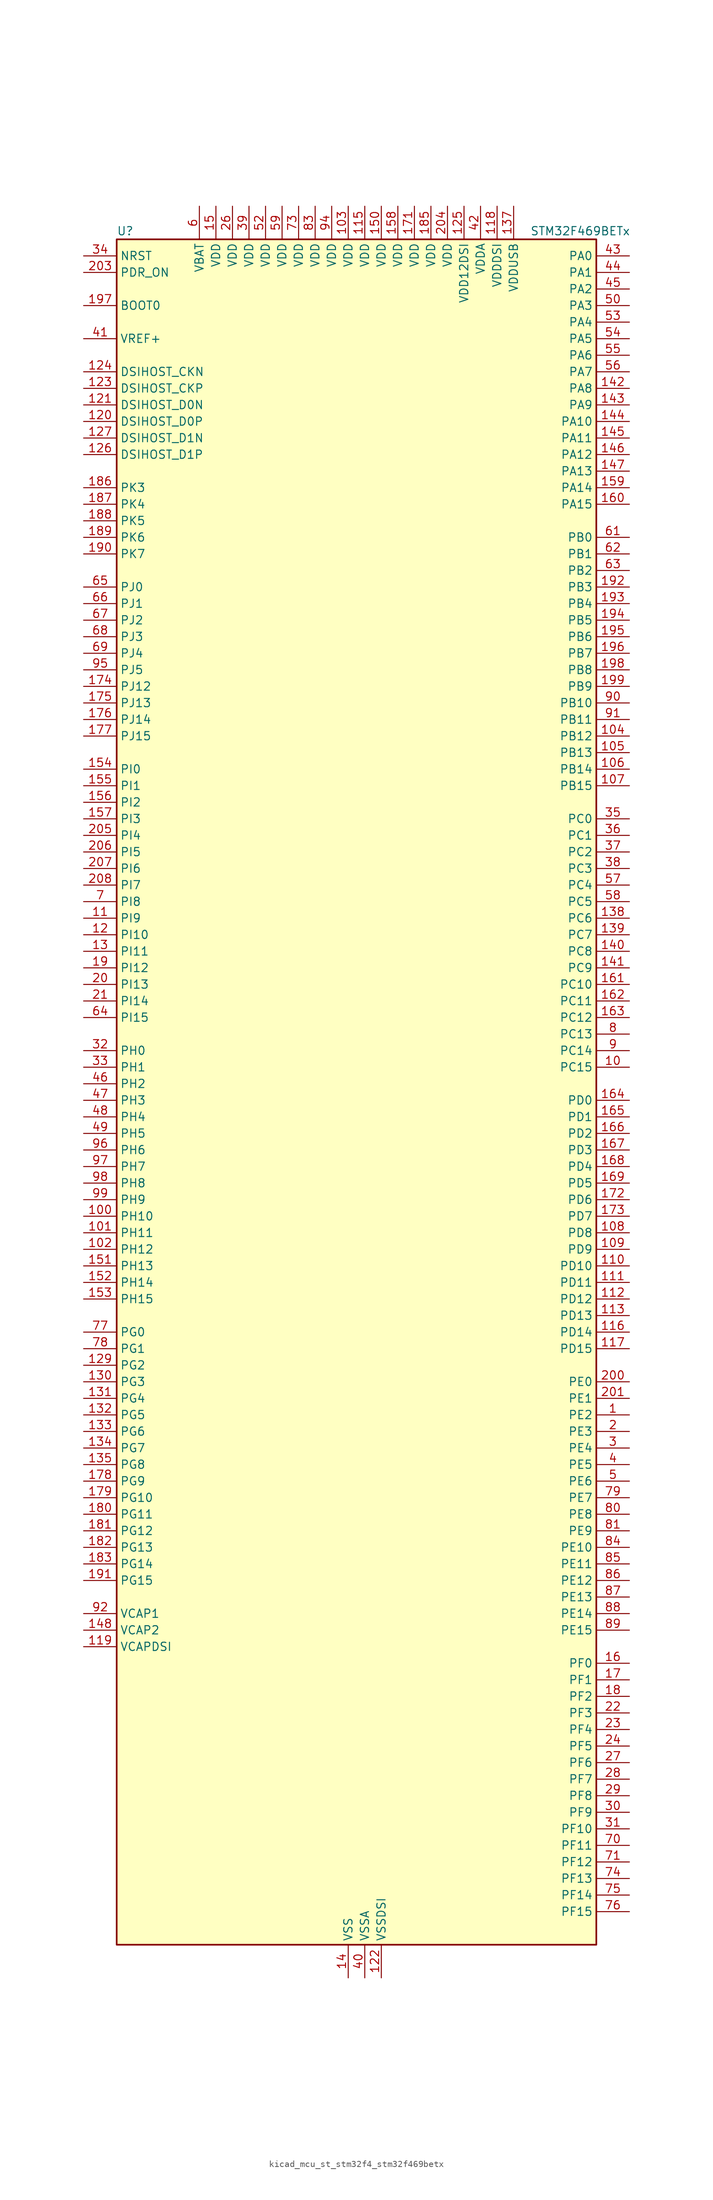
<source format=kicad_sym>
(kicad_symbol_lib
  (version 20220914)
  (generator kicad_symbol_editor)
  (symbol "kicad_mcu_st_stm32f4_stm32f469betx"
    (property "Reference" "U"
      (at -35.56 133.35 0)
      (effects (font (size 1.27 1.27)) (justify left)))
    (property "Value" "STM32F469BETx"
      (at 27.94 133.35 0)
      (effects (font (size 1.27 1.27)) (justify left)))
    (property "ki_locked" ""
      (at 0 0 0)
      (effects (font (size 1.27 1.27))))
    (symbol "kicad_mcu_st_stm32f4_stm32f469betx_0_1"
      (rectangle (start -35.56 -129.54) (end 38.1 132.08) (stroke (width 0.254) (type default)) (fill (type background))))
    (symbol "kicad_mcu_st_stm32f4_stm32f469betx_1_1"
      (pin bidirectional line (at 43.18 -48.26 180) (length 5.08) (name "PE2" (effects (font (size 1.27 1.27)))) (number "1" (effects (font (size 1.27 1.27)))) (alternate "ETH_TXD3" bidirectional line) (alternate "FMC_A23" bidirectional line) (alternate "QUADSPI_BK1_IO2" bidirectional line) (alternate "SAI1_MCLK_A" bidirectional line) (alternate "SPI4_SCK" bidirectional line) (alternate "SYS_TRACECLK" bidirectional line))
      (pin bidirectional line (at 43.18 5.08 180) (length 5.08) (name "PC15" (effects (font (size 1.27 1.27)))) (number "10" (effects (font (size 1.27 1.27)))) (alternate "ADC1_EXTI15" bidirectional line) (alternate "ADC2_EXTI15" bidirectional line) (alternate "ADC3_EXTI15" bidirectional line) (alternate "RCC_OSC32_OUT" bidirectional line))
      (pin bidirectional line (at -40.64 -17.78 0) (length 5.08) (name "PH10" (effects (font (size 1.27 1.27)))) (number "100" (effects (font (size 1.27 1.27)))) (alternate "DCMI_D1" bidirectional line) (alternate "FMC_D18" bidirectional line) (alternate "LTDC_R4" bidirectional line) (alternate "TIM5_CH1" bidirectional line))
      (pin bidirectional line (at -40.64 -20.32 0) (length 5.08) (name "PH11" (effects (font (size 1.27 1.27)))) (number "101" (effects (font (size 1.27 1.27)))) (alternate "ADC1_EXTI11" bidirectional line) (alternate "ADC2_EXTI11" bidirectional line) (alternate "ADC3_EXTI11" bidirectional line) (alternate "DCMI_D2" bidirectional line) (alternate "FMC_D19" bidirectional line) (alternate "LTDC_R5" bidirectional line) (alternate "TIM5_CH2" bidirectional line))
      (pin bidirectional line (at -40.64 -22.86 0) (length 5.08) (name "PH12" (effects (font (size 1.27 1.27)))) (number "102" (effects (font (size 1.27 1.27)))) (alternate "DCMI_D3" bidirectional line) (alternate "FMC_D20" bidirectional line) (alternate "LTDC_R6" bidirectional line) (alternate "TIM5_CH3" bidirectional line))
      (pin power_in line (at 0 137.16 270) (length 5.08) (name "VDD" (effects (font (size 1.27 1.27)))) (number "103" (effects (font (size 1.27 1.27)))))
      (pin bidirectional line (at 43.18 55.88 180) (length 5.08) (name "PB12" (effects (font (size 1.27 1.27)))) (number "104" (effects (font (size 1.27 1.27)))) (alternate "CAN2_RX" bidirectional line) (alternate "ETH_TXD0" bidirectional line) (alternate "I2C2_SMBA" bidirectional line) (alternate "I2S2_WS" bidirectional line) (alternate "SPI2_NSS" bidirectional line) (alternate "TIM1_BKIN" bidirectional line) (alternate "USART3_CK" bidirectional line) (alternate "USB_OTG_HS_ID" bidirectional line) (alternate "USB_OTG_HS_ULPI_D5" bidirectional line))
      (pin bidirectional line (at 43.18 53.34 180) (length 5.08) (name "PB13" (effects (font (size 1.27 1.27)))) (number "105" (effects (font (size 1.27 1.27)))) (alternate "CAN2_TX" bidirectional line) (alternate "ETH_TXD1" bidirectional line) (alternate "I2S2_CK" bidirectional line) (alternate "SPI2_SCK" bidirectional line) (alternate "TIM1_CH1N" bidirectional line) (alternate "USART3_CTS" bidirectional line) (alternate "USB_OTG_HS_ULPI_D6" bidirectional line) (alternate "USB_OTG_HS_VBUS" bidirectional line))
      (pin bidirectional line (at 43.18 50.8 180) (length 5.08) (name "PB14" (effects (font (size 1.27 1.27)))) (number "106" (effects (font (size 1.27 1.27)))) (alternate "I2S2_ext_SD" bidirectional line) (alternate "SPI2_MISO" bidirectional line) (alternate "TIM12_CH1" bidirectional line) (alternate "TIM1_CH2N" bidirectional line) (alternate "TIM8_CH2N" bidirectional line) (alternate "USART3_RTS" bidirectional line) (alternate "USB_OTG_HS_DM" bidirectional line))
      (pin bidirectional line (at 43.18 48.26 180) (length 5.08) (name "PB15" (effects (font (size 1.27 1.27)))) (number "107" (effects (font (size 1.27 1.27)))) (alternate "ADC1_EXTI15" bidirectional line) (alternate "ADC2_EXTI15" bidirectional line) (alternate "ADC3_EXTI15" bidirectional line) (alternate "I2S2_SD" bidirectional line) (alternate "RTC_REFIN" bidirectional line) (alternate "SPI2_MOSI" bidirectional line) (alternate "TIM12_CH2" bidirectional line) (alternate "TIM1_CH3N" bidirectional line) (alternate "TIM8_CH3N" bidirectional line) (alternate "USB_OTG_HS_DP" bidirectional line))
      (pin bidirectional line (at 43.18 -20.32 180) (length 5.08) (name "PD8" (effects (font (size 1.27 1.27)))) (number "108" (effects (font (size 1.27 1.27)))) (alternate "FMC_D13" bidirectional line) (alternate "FMC_DA13" bidirectional line) (alternate "USART3_TX" bidirectional line))
      (pin bidirectional line (at 43.18 -22.86 180) (length 5.08) (name "PD9" (effects (font (size 1.27 1.27)))) (number "109" (effects (font (size 1.27 1.27)))) (alternate "DAC_EXTI9" bidirectional line) (alternate "FMC_D14" bidirectional line) (alternate "FMC_DA14" bidirectional line) (alternate "USART3_RX" bidirectional line))
      (pin bidirectional line (at -40.64 27.94 0) (length 5.08) (name "PI9" (effects (font (size 1.27 1.27)))) (number "11" (effects (font (size 1.27 1.27)))) (alternate "CAN1_RX" bidirectional line) (alternate "DAC_EXTI9" bidirectional line) (alternate "FMC_D30" bidirectional line) (alternate "LTDC_VSYNC" bidirectional line))
      (pin bidirectional line (at 43.18 -25.4 180) (length 5.08) (name "PD10" (effects (font (size 1.27 1.27)))) (number "110" (effects (font (size 1.27 1.27)))) (alternate "FMC_D15" bidirectional line) (alternate "FMC_DA15" bidirectional line) (alternate "LTDC_B3" bidirectional line) (alternate "USART3_CK" bidirectional line))
      (pin bidirectional line (at 43.18 -27.94 180) (length 5.08) (name "PD11" (effects (font (size 1.27 1.27)))) (number "111" (effects (font (size 1.27 1.27)))) (alternate "ADC1_EXTI11" bidirectional line) (alternate "ADC2_EXTI11" bidirectional line) (alternate "ADC3_EXTI11" bidirectional line) (alternate "FMC_A16" bidirectional line) (alternate "FMC_CLE" bidirectional line) (alternate "QUADSPI_BK1_IO0" bidirectional line) (alternate "USART3_CTS" bidirectional line))
      (pin bidirectional line (at 43.18 -30.48 180) (length 5.08) (name "PD12" (effects (font (size 1.27 1.27)))) (number "112" (effects (font (size 1.27 1.27)))) (alternate "FMC_A17" bidirectional line) (alternate "FMC_ALE" bidirectional line) (alternate "QUADSPI_BK1_IO1" bidirectional line) (alternate "TIM4_CH1" bidirectional line) (alternate "USART3_RTS" bidirectional line))
      (pin bidirectional line (at 43.18 -33.02 180) (length 5.08) (name "PD13" (effects (font (size 1.27 1.27)))) (number "113" (effects (font (size 1.27 1.27)))) (alternate "FMC_A18" bidirectional line) (alternate "QUADSPI_BK1_IO3" bidirectional line) (alternate "TIM4_CH2" bidirectional line))
      (pin passive line (at 0 -134.62 90) (length 5.08) hide (name "VSS" (effects (font (size 1.27 1.27)))) (number "114" (effects (font (size 1.27 1.27)))))
      (pin power_in line (at 2.54 137.16 270) (length 5.08) (name "VDD" (effects (font (size 1.27 1.27)))) (number "115" (effects (font (size 1.27 1.27)))))
      (pin bidirectional line (at 43.18 -35.56 180) (length 5.08) (name "PD14" (effects (font (size 1.27 1.27)))) (number "116" (effects (font (size 1.27 1.27)))) (alternate "FMC_D0" bidirectional line) (alternate "FMC_DA0" bidirectional line) (alternate "TIM4_CH3" bidirectional line))
      (pin bidirectional line (at 43.18 -38.1 180) (length 5.08) (name "PD15" (effects (font (size 1.27 1.27)))) (number "117" (effects (font (size 1.27 1.27)))) (alternate "ADC1_EXTI15" bidirectional line) (alternate "ADC2_EXTI15" bidirectional line) (alternate "ADC3_EXTI15" bidirectional line) (alternate "FMC_D1" bidirectional line) (alternate "FMC_DA1" bidirectional line) (alternate "TIM4_CH4" bidirectional line))
      (pin power_in line (at 22.86 137.16 270) (length 5.08) (name "VDDDSI" (effects (font (size 1.27 1.27)))) (number "118" (effects (font (size 1.27 1.27)))))
      (pin power_out line (at -40.64 -83.82 0) (length 5.08) (name "VCAPDSI" (effects (font (size 1.27 1.27)))) (number "119" (effects (font (size 1.27 1.27)))))
      (pin bidirectional line (at -40.64 25.4 0) (length 5.08) (name "PI10" (effects (font (size 1.27 1.27)))) (number "12" (effects (font (size 1.27 1.27)))) (alternate "ETH_RX_ER" bidirectional line) (alternate "FMC_D31" bidirectional line) (alternate "LTDC_HSYNC" bidirectional line))
      (pin bidirectional line (at -40.64 104.14 0) (length 5.08) (name "DSIHOST_D0P" (effects (font (size 1.27 1.27)))) (number "120" (effects (font (size 1.27 1.27)))) (alternate "DSIHOST_D0P" bidirectional line))
      (pin bidirectional line (at -40.64 106.68 0) (length 5.08) (name "DSIHOST_D0N" (effects (font (size 1.27 1.27)))) (number "121" (effects (font (size 1.27 1.27)))) (alternate "DSIHOST_D0N" bidirectional line))
      (pin power_in line (at 5.08 -134.62 90) (length 5.08) (name "VSSDSI" (effects (font (size 1.27 1.27)))) (number "122" (effects (font (size 1.27 1.27)))))
      (pin bidirectional line (at -40.64 109.22 0) (length 5.08) (name "DSIHOST_CKP" (effects (font (size 1.27 1.27)))) (number "123" (effects (font (size 1.27 1.27)))) (alternate "DSIHOST_CKP" bidirectional line))
      (pin bidirectional line (at -40.64 111.76 0) (length 5.08) (name "DSIHOST_CKN" (effects (font (size 1.27 1.27)))) (number "124" (effects (font (size 1.27 1.27)))) (alternate "DSIHOST_CKN" bidirectional line))
      (pin power_in line (at 17.78 137.16 270) (length 5.08) (name "VDD12DSI" (effects (font (size 1.27 1.27)))) (number "125" (effects (font (size 1.27 1.27)))))
      (pin bidirectional line (at -40.64 99.06 0) (length 5.08) (name "DSIHOST_D1P" (effects (font (size 1.27 1.27)))) (number "126" (effects (font (size 1.27 1.27)))) (alternate "DSIHOST_D1P" bidirectional line))
      (pin bidirectional line (at -40.64 101.6 0) (length 5.08) (name "DSIHOST_D1N" (effects (font (size 1.27 1.27)))) (number "127" (effects (font (size 1.27 1.27)))) (alternate "DSIHOST_D1N" bidirectional line))
      (pin passive line (at 5.08 -134.62 90) (length 5.08) hide (name "VSSDSI" (effects (font (size 1.27 1.27)))) (number "128" (effects (font (size 1.27 1.27)))))
      (pin bidirectional line (at -40.64 -40.64 0) (length 5.08) (name "PG2" (effects (font (size 1.27 1.27)))) (number "129" (effects (font (size 1.27 1.27)))) (alternate "FMC_A12" bidirectional line))
      (pin bidirectional line (at -40.64 22.86 0) (length 5.08) (name "PI11" (effects (font (size 1.27 1.27)))) (number "13" (effects (font (size 1.27 1.27)))) (alternate "ADC1_EXTI11" bidirectional line) (alternate "ADC2_EXTI11" bidirectional line) (alternate "ADC3_EXTI11" bidirectional line) (alternate "LTDC_G6" bidirectional line) (alternate "USB_OTG_HS_ULPI_DIR" bidirectional line))
      (pin bidirectional line (at -40.64 -43.18 0) (length 5.08) (name "PG3" (effects (font (size 1.27 1.27)))) (number "130" (effects (font (size 1.27 1.27)))) (alternate "FMC_A13" bidirectional line))
      (pin bidirectional line (at -40.64 -45.72 0) (length 5.08) (name "PG4" (effects (font (size 1.27 1.27)))) (number "131" (effects (font (size 1.27 1.27)))) (alternate "FMC_A14" bidirectional line) (alternate "FMC_BA0" bidirectional line))
      (pin bidirectional line (at -40.64 -48.26 0) (length 5.08) (name "PG5" (effects (font (size 1.27 1.27)))) (number "132" (effects (font (size 1.27 1.27)))) (alternate "FMC_A15" bidirectional line) (alternate "FMC_BA1" bidirectional line))
      (pin bidirectional line (at -40.64 -50.8 0) (length 5.08) (name "PG6" (effects (font (size 1.27 1.27)))) (number "133" (effects (font (size 1.27 1.27)))) (alternate "DCMI_D12" bidirectional line) (alternate "LTDC_R7" bidirectional line))
      (pin bidirectional line (at -40.64 -53.34 0) (length 5.08) (name "PG7" (effects (font (size 1.27 1.27)))) (number "134" (effects (font (size 1.27 1.27)))) (alternate "DCMI_D13" bidirectional line) (alternate "FMC_INT" bidirectional line) (alternate "LTDC_CLK" bidirectional line) (alternate "SAI1_MCLK_A" bidirectional line) (alternate "USART6_CK" bidirectional line))
      (pin bidirectional line (at -40.64 -55.88 0) (length 5.08) (name "PG8" (effects (font (size 1.27 1.27)))) (number "135" (effects (font (size 1.27 1.27)))) (alternate "ETH_PPS_OUT" bidirectional line) (alternate "FMC_SDCLK" bidirectional line) (alternate "LTDC_G7" bidirectional line) (alternate "SPI6_NSS" bidirectional line) (alternate "USART6_RTS" bidirectional line))
      (pin passive line (at 0 -134.62 90) (length 5.08) hide (name "VSS" (effects (font (size 1.27 1.27)))) (number "136" (effects (font (size 1.27 1.27)))))
      (pin power_in line (at 25.4 137.16 270) (length 5.08) (name "VDDUSB" (effects (font (size 1.27 1.27)))) (number "137" (effects (font (size 1.27 1.27)))))
      (pin bidirectional line (at 43.18 27.94 180) (length 5.08) (name "PC6" (effects (font (size 1.27 1.27)))) (number "138" (effects (font (size 1.27 1.27)))) (alternate "DCMI_D0" bidirectional line) (alternate "I2S2_MCK" bidirectional line) (alternate "LTDC_HSYNC" bidirectional line) (alternate "SDIO_D6" bidirectional line) (alternate "TIM3_CH1" bidirectional line) (alternate "TIM8_CH1" bidirectional line) (alternate "USART6_TX" bidirectional line))
      (pin bidirectional line (at 43.18 25.4 180) (length 5.08) (name "PC7" (effects (font (size 1.27 1.27)))) (number "139" (effects (font (size 1.27 1.27)))) (alternate "DCMI_D1" bidirectional line) (alternate "I2S3_MCK" bidirectional line) (alternate "LTDC_G6" bidirectional line) (alternate "SDIO_D7" bidirectional line) (alternate "TIM3_CH2" bidirectional line) (alternate "TIM8_CH2" bidirectional line) (alternate "USART6_RX" bidirectional line))
      (pin power_in line (at 0 -134.62 90) (length 5.08) (name "VSS" (effects (font (size 1.27 1.27)))) (number "14" (effects (font (size 1.27 1.27)))))
      (pin bidirectional line (at 43.18 22.86 180) (length 5.08) (name "PC8" (effects (font (size 1.27 1.27)))) (number "140" (effects (font (size 1.27 1.27)))) (alternate "DCMI_D2" bidirectional line) (alternate "SDIO_D0" bidirectional line) (alternate "SYS_TRACED1" bidirectional line) (alternate "TIM3_CH3" bidirectional line) (alternate "TIM8_CH3" bidirectional line) (alternate "USART6_CK" bidirectional line))
      (pin bidirectional line (at 43.18 20.32 180) (length 5.08) (name "PC9" (effects (font (size 1.27 1.27)))) (number "141" (effects (font (size 1.27 1.27)))) (alternate "DAC_EXTI9" bidirectional line) (alternate "DCMI_D3" bidirectional line) (alternate "I2C3_SDA" bidirectional line) (alternate "I2S_CKIN" bidirectional line) (alternate "QUADSPI_BK1_IO0" bidirectional line) (alternate "RCC_MCO_2" bidirectional line) (alternate "SDIO_D1" bidirectional line) (alternate "TIM3_CH4" bidirectional line) (alternate "TIM8_CH4" bidirectional line))
      (pin bidirectional line (at 43.18 109.22 180) (length 5.08) (name "PA8" (effects (font (size 1.27 1.27)))) (number "142" (effects (font (size 1.27 1.27)))) (alternate "I2C3_SCL" bidirectional line) (alternate "LTDC_R6" bidirectional line) (alternate "RCC_MCO_1" bidirectional line) (alternate "TIM1_CH1" bidirectional line) (alternate "USART1_CK" bidirectional line) (alternate "USB_OTG_FS_SOF" bidirectional line))
      (pin bidirectional line (at 43.18 106.68 180) (length 5.08) (name "PA9" (effects (font (size 1.27 1.27)))) (number "143" (effects (font (size 1.27 1.27)))) (alternate "DAC_EXTI9" bidirectional line) (alternate "DCMI_D0" bidirectional line) (alternate "I2C3_SMBA" bidirectional line) (alternate "I2S2_CK" bidirectional line) (alternate "SPI2_SCK" bidirectional line) (alternate "TIM1_CH2" bidirectional line) (alternate "USART1_TX" bidirectional line) (alternate "USB_OTG_FS_VBUS" bidirectional line))
      (pin bidirectional line (at 43.18 104.14 180) (length 5.08) (name "PA10" (effects (font (size 1.27 1.27)))) (number "144" (effects (font (size 1.27 1.27)))) (alternate "DCMI_D1" bidirectional line) (alternate "TIM1_CH3" bidirectional line) (alternate "USART1_RX" bidirectional line) (alternate "USB_OTG_FS_ID" bidirectional line))
      (pin bidirectional line (at 43.18 101.6 180) (length 5.08) (name "PA11" (effects (font (size 1.27 1.27)))) (number "145" (effects (font (size 1.27 1.27)))) (alternate "ADC1_EXTI11" bidirectional line) (alternate "ADC2_EXTI11" bidirectional line) (alternate "ADC3_EXTI11" bidirectional line) (alternate "CAN1_RX" bidirectional line) (alternate "LTDC_R4" bidirectional line) (alternate "TIM1_CH4" bidirectional line) (alternate "USART1_CTS" bidirectional line) (alternate "USB_OTG_FS_DM" bidirectional line))
      (pin bidirectional line (at 43.18 99.06 180) (length 5.08) (name "PA12" (effects (font (size 1.27 1.27)))) (number "146" (effects (font (size 1.27 1.27)))) (alternate "CAN1_TX" bidirectional line) (alternate "LTDC_R5" bidirectional line) (alternate "TIM1_ETR" bidirectional line) (alternate "USART1_RTS" bidirectional line) (alternate "USB_OTG_FS_DP" bidirectional line))
      (pin bidirectional line (at 43.18 96.52 180) (length 5.08) (name "PA13" (effects (font (size 1.27 1.27)))) (number "147" (effects (font (size 1.27 1.27)))) (alternate "SYS_JTMS-SWDIO" bidirectional line))
      (pin power_out line (at -40.64 -81.28 0) (length 5.08) (name "VCAP2" (effects (font (size 1.27 1.27)))) (number "148" (effects (font (size 1.27 1.27)))))
      (pin passive line (at 0 -134.62 90) (length 5.08) hide (name "VSS" (effects (font (size 1.27 1.27)))) (number "149" (effects (font (size 1.27 1.27)))))
      (pin power_in line (at -20.32 137.16 270) (length 5.08) (name "VDD" (effects (font (size 1.27 1.27)))) (number "15" (effects (font (size 1.27 1.27)))))
      (pin power_in line (at 5.08 137.16 270) (length 5.08) (name "VDD" (effects (font (size 1.27 1.27)))) (number "150" (effects (font (size 1.27 1.27)))))
      (pin bidirectional line (at -40.64 -25.4 0) (length 5.08) (name "PH13" (effects (font (size 1.27 1.27)))) (number "151" (effects (font (size 1.27 1.27)))) (alternate "CAN1_TX" bidirectional line) (alternate "FMC_D21" bidirectional line) (alternate "LTDC_G2" bidirectional line) (alternate "TIM8_CH1N" bidirectional line))
      (pin bidirectional line (at -40.64 -27.94 0) (length 5.08) (name "PH14" (effects (font (size 1.27 1.27)))) (number "152" (effects (font (size 1.27 1.27)))) (alternate "DCMI_D4" bidirectional line) (alternate "FMC_D22" bidirectional line) (alternate "LTDC_G3" bidirectional line) (alternate "TIM8_CH2N" bidirectional line))
      (pin bidirectional line (at -40.64 -30.48 0) (length 5.08) (name "PH15" (effects (font (size 1.27 1.27)))) (number "153" (effects (font (size 1.27 1.27)))) (alternate "ADC1_EXTI15" bidirectional line) (alternate "ADC2_EXTI15" bidirectional line) (alternate "ADC3_EXTI15" bidirectional line) (alternate "DCMI_D11" bidirectional line) (alternate "FMC_D23" bidirectional line) (alternate "LTDC_G4" bidirectional line) (alternate "TIM8_CH3N" bidirectional line))
      (pin bidirectional line (at -40.64 50.8 0) (length 5.08) (name "PI0" (effects (font (size 1.27 1.27)))) (number "154" (effects (font (size 1.27 1.27)))) (alternate "DCMI_D13" bidirectional line) (alternate "FMC_D24" bidirectional line) (alternate "I2S2_WS" bidirectional line) (alternate "LTDC_G5" bidirectional line) (alternate "SPI2_NSS" bidirectional line) (alternate "TIM5_CH4" bidirectional line))
      (pin bidirectional line (at -40.64 48.26 0) (length 5.08) (name "PI1" (effects (font (size 1.27 1.27)))) (number "155" (effects (font (size 1.27 1.27)))) (alternate "DCMI_D8" bidirectional line) (alternate "FMC_D25" bidirectional line) (alternate "I2S2_CK" bidirectional line) (alternate "LTDC_G6" bidirectional line) (alternate "SPI2_SCK" bidirectional line))
      (pin bidirectional line (at -40.64 45.72 0) (length 5.08) (name "PI2" (effects (font (size 1.27 1.27)))) (number "156" (effects (font (size 1.27 1.27)))) (alternate "DCMI_D9" bidirectional line) (alternate "FMC_D26" bidirectional line) (alternate "I2S2_ext_SD" bidirectional line) (alternate "LTDC_G7" bidirectional line) (alternate "SPI2_MISO" bidirectional line) (alternate "TIM8_CH4" bidirectional line))
      (pin bidirectional line (at -40.64 43.18 0) (length 5.08) (name "PI3" (effects (font (size 1.27 1.27)))) (number "157" (effects (font (size 1.27 1.27)))) (alternate "DCMI_D10" bidirectional line) (alternate "FMC_D27" bidirectional line) (alternate "I2S2_SD" bidirectional line) (alternate "SPI2_MOSI" bidirectional line) (alternate "TIM8_ETR" bidirectional line))
      (pin power_in line (at 7.62 137.16 270) (length 5.08) (name "VDD" (effects (font (size 1.27 1.27)))) (number "158" (effects (font (size 1.27 1.27)))))
      (pin bidirectional line (at 43.18 93.98 180) (length 5.08) (name "PA14" (effects (font (size 1.27 1.27)))) (number "159" (effects (font (size 1.27 1.27)))) (alternate "SYS_JTCK-SWCLK" bidirectional line))
      (pin bidirectional line (at 43.18 -86.36 180) (length 5.08) (name "PF0" (effects (font (size 1.27 1.27)))) (number "16" (effects (font (size 1.27 1.27)))) (alternate "FMC_A0" bidirectional line) (alternate "I2C2_SDA" bidirectional line))
      (pin bidirectional line (at 43.18 91.44 180) (length 5.08) (name "PA15" (effects (font (size 1.27 1.27)))) (number "160" (effects (font (size 1.27 1.27)))) (alternate "ADC1_EXTI15" bidirectional line) (alternate "ADC2_EXTI15" bidirectional line) (alternate "ADC3_EXTI15" bidirectional line) (alternate "I2S3_WS" bidirectional line) (alternate "SPI1_NSS" bidirectional line) (alternate "SPI3_NSS" bidirectional line) (alternate "SYS_JTDI" bidirectional line) (alternate "TIM2_CH1" bidirectional line) (alternate "TIM2_ETR" bidirectional line))
      (pin bidirectional line (at 43.18 17.78 180) (length 5.08) (name "PC10" (effects (font (size 1.27 1.27)))) (number "161" (effects (font (size 1.27 1.27)))) (alternate "DCMI_D8" bidirectional line) (alternate "I2S3_CK" bidirectional line) (alternate "LTDC_R2" bidirectional line) (alternate "QUADSPI_BK1_IO1" bidirectional line) (alternate "SDIO_D2" bidirectional line) (alternate "SPI3_SCK" bidirectional line) (alternate "UART4_TX" bidirectional line) (alternate "USART3_TX" bidirectional line))
      (pin bidirectional line (at 43.18 15.24 180) (length 5.08) (name "PC11" (effects (font (size 1.27 1.27)))) (number "162" (effects (font (size 1.27 1.27)))) (alternate "ADC1_EXTI11" bidirectional line) (alternate "ADC2_EXTI11" bidirectional line) (alternate "ADC3_EXTI11" bidirectional line) (alternate "DCMI_D4" bidirectional line) (alternate "I2S3_ext_SD" bidirectional line) (alternate "QUADSPI_BK2_NCS" bidirectional line) (alternate "SDIO_D3" bidirectional line) (alternate "SPI3_MISO" bidirectional line) (alternate "UART4_RX" bidirectional line) (alternate "USART3_RX" bidirectional line))
      (pin bidirectional line (at 43.18 12.7 180) (length 5.08) (name "PC12" (effects (font (size 1.27 1.27)))) (number "163" (effects (font (size 1.27 1.27)))) (alternate "DCMI_D9" bidirectional line) (alternate "I2S3_SD" bidirectional line) (alternate "SDIO_CK" bidirectional line) (alternate "SPI3_MOSI" bidirectional line) (alternate "SYS_TRACED3" bidirectional line) (alternate "UART5_TX" bidirectional line) (alternate "USART3_CK" bidirectional line))
      (pin bidirectional line (at 43.18 0 180) (length 5.08) (name "PD0" (effects (font (size 1.27 1.27)))) (number "164" (effects (font (size 1.27 1.27)))) (alternate "CAN1_RX" bidirectional line) (alternate "FMC_D2" bidirectional line) (alternate "FMC_DA2" bidirectional line))
      (pin bidirectional line (at 43.18 -2.54 180) (length 5.08) (name "PD1" (effects (font (size 1.27 1.27)))) (number "165" (effects (font (size 1.27 1.27)))) (alternate "CAN1_TX" bidirectional line) (alternate "FMC_D3" bidirectional line) (alternate "FMC_DA3" bidirectional line))
      (pin bidirectional line (at 43.18 -5.08 180) (length 5.08) (name "PD2" (effects (font (size 1.27 1.27)))) (number "166" (effects (font (size 1.27 1.27)))) (alternate "DCMI_D11" bidirectional line) (alternate "SDIO_CMD" bidirectional line) (alternate "SYS_TRACED2" bidirectional line) (alternate "TIM3_ETR" bidirectional line) (alternate "UART5_RX" bidirectional line))
      (pin bidirectional line (at 43.18 -7.62 180) (length 5.08) (name "PD3" (effects (font (size 1.27 1.27)))) (number "167" (effects (font (size 1.27 1.27)))) (alternate "DCMI_D5" bidirectional line) (alternate "FMC_CLK" bidirectional line) (alternate "I2S2_CK" bidirectional line) (alternate "LTDC_G7" bidirectional line) (alternate "SPI2_SCK" bidirectional line) (alternate "USART2_CTS" bidirectional line))
      (pin bidirectional line (at 43.18 -10.16 180) (length 5.08) (name "PD4" (effects (font (size 1.27 1.27)))) (number "168" (effects (font (size 1.27 1.27)))) (alternate "FMC_NOE" bidirectional line) (alternate "USART2_RTS" bidirectional line))
      (pin bidirectional line (at 43.18 -12.7 180) (length 5.08) (name "PD5" (effects (font (size 1.27 1.27)))) (number "169" (effects (font (size 1.27 1.27)))) (alternate "FMC_NWE" bidirectional line) (alternate "USART2_TX" bidirectional line))
      (pin bidirectional line (at 43.18 -88.9 180) (length 5.08) (name "PF1" (effects (font (size 1.27 1.27)))) (number "17" (effects (font (size 1.27 1.27)))) (alternate "FMC_A1" bidirectional line) (alternate "I2C2_SCL" bidirectional line))
      (pin passive line (at 0 -134.62 90) (length 5.08) hide (name "VSS" (effects (font (size 1.27 1.27)))) (number "170" (effects (font (size 1.27 1.27)))))
      (pin power_in line (at 10.16 137.16 270) (length 5.08) (name "VDD" (effects (font (size 1.27 1.27)))) (number "171" (effects (font (size 1.27 1.27)))))
      (pin bidirectional line (at 43.18 -15.24 180) (length 5.08) (name "PD6" (effects (font (size 1.27 1.27)))) (number "172" (effects (font (size 1.27 1.27)))) (alternate "DCMI_D10" bidirectional line) (alternate "FMC_NWAIT" bidirectional line) (alternate "I2S3_SD" bidirectional line) (alternate "LTDC_B2" bidirectional line) (alternate "SAI1_SD_A" bidirectional line) (alternate "SPI3_MOSI" bidirectional line) (alternate "USART2_RX" bidirectional line))
      (pin bidirectional line (at 43.18 -17.78 180) (length 5.08) (name "PD7" (effects (font (size 1.27 1.27)))) (number "173" (effects (font (size 1.27 1.27)))) (alternate "FMC_NE1" bidirectional line) (alternate "USART2_CK" bidirectional line))
      (pin bidirectional line (at -40.64 63.5 0) (length 5.08) (name "PJ12" (effects (font (size 1.27 1.27)))) (number "174" (effects (font (size 1.27 1.27)))) (alternate "LTDC_B0" bidirectional line) (alternate "LTDC_G3" bidirectional line))
      (pin bidirectional line (at -40.64 60.96 0) (length 5.08) (name "PJ13" (effects (font (size 1.27 1.27)))) (number "175" (effects (font (size 1.27 1.27)))) (alternate "LTDC_B1" bidirectional line) (alternate "LTDC_G4" bidirectional line))
      (pin bidirectional line (at -40.64 58.42 0) (length 5.08) (name "PJ14" (effects (font (size 1.27 1.27)))) (number "176" (effects (font (size 1.27 1.27)))) (alternate "LTDC_B2" bidirectional line))
      (pin bidirectional line (at -40.64 55.88 0) (length 5.08) (name "PJ15" (effects (font (size 1.27 1.27)))) (number "177" (effects (font (size 1.27 1.27)))) (alternate "ADC1_EXTI15" bidirectional line) (alternate "ADC2_EXTI15" bidirectional line) (alternate "ADC3_EXTI15" bidirectional line) (alternate "LTDC_B3" bidirectional line))
      (pin bidirectional line (at -40.64 -58.42 0) (length 5.08) (name "PG9" (effects (font (size 1.27 1.27)))) (number "178" (effects (font (size 1.27 1.27)))) (alternate "DAC_EXTI9" bidirectional line) (alternate "DCMI_VSYNC" bidirectional line) (alternate "FMC_NCE" bidirectional line) (alternate "FMC_NE2" bidirectional line) (alternate "QUADSPI_BK2_IO2" bidirectional line) (alternate "USART6_RX" bidirectional line))
      (pin bidirectional line (at -40.64 -60.96 0) (length 5.08) (name "PG10" (effects (font (size 1.27 1.27)))) (number "179" (effects (font (size 1.27 1.27)))) (alternate "DCMI_D2" bidirectional line) (alternate "FMC_NE3" bidirectional line) (alternate "LTDC_B2" bidirectional line) (alternate "LTDC_G3" bidirectional line))
      (pin bidirectional line (at 43.18 -91.44 180) (length 5.08) (name "PF2" (effects (font (size 1.27 1.27)))) (number "18" (effects (font (size 1.27 1.27)))) (alternate "FMC_A2" bidirectional line) (alternate "I2C2_SMBA" bidirectional line))
      (pin bidirectional line (at -40.64 -63.5 0) (length 5.08) (name "PG11" (effects (font (size 1.27 1.27)))) (number "180" (effects (font (size 1.27 1.27)))) (alternate "ADC1_EXTI11" bidirectional line) (alternate "ADC2_EXTI11" bidirectional line) (alternate "ADC3_EXTI11" bidirectional line) (alternate "DCMI_D3" bidirectional line) (alternate "ETH_TX_EN" bidirectional line) (alternate "LTDC_B3" bidirectional line))
      (pin bidirectional line (at -40.64 -66.04 0) (length 5.08) (name "PG12" (effects (font (size 1.27 1.27)))) (number "181" (effects (font (size 1.27 1.27)))) (alternate "FMC_NE4" bidirectional line) (alternate "LTDC_B1" bidirectional line) (alternate "LTDC_B4" bidirectional line) (alternate "SPI6_MISO" bidirectional line) (alternate "USART6_RTS" bidirectional line))
      (pin bidirectional line (at -40.64 -68.58 0) (length 5.08) (name "PG13" (effects (font (size 1.27 1.27)))) (number "182" (effects (font (size 1.27 1.27)))) (alternate "ETH_TXD0" bidirectional line) (alternate "FMC_A24" bidirectional line) (alternate "LTDC_R0" bidirectional line) (alternate "SPI6_SCK" bidirectional line) (alternate "SYS_TRACED0" bidirectional line) (alternate "USART6_CTS" bidirectional line))
      (pin bidirectional line (at -40.64 -71.12 0) (length 5.08) (name "PG14" (effects (font (size 1.27 1.27)))) (number "183" (effects (font (size 1.27 1.27)))) (alternate "ETH_TXD1" bidirectional line) (alternate "FMC_A25" bidirectional line) (alternate "LTDC_B0" bidirectional line) (alternate "QUADSPI_BK2_IO3" bidirectional line) (alternate "SPI6_MOSI" bidirectional line) (alternate "SYS_TRACED1" bidirectional line) (alternate "USART6_TX" bidirectional line))
      (pin passive line (at 0 -134.62 90) (length 5.08) hide (name "VSS" (effects (font (size 1.27 1.27)))) (number "184" (effects (font (size 1.27 1.27)))))
      (pin power_in line (at 12.7 137.16 270) (length 5.08) (name "VDD" (effects (font (size 1.27 1.27)))) (number "185" (effects (font (size 1.27 1.27)))))
      (pin bidirectional line (at -40.64 93.98 0) (length 5.08) (name "PK3" (effects (font (size 1.27 1.27)))) (number "186" (effects (font (size 1.27 1.27)))) (alternate "LTDC_B4" bidirectional line))
      (pin bidirectional line (at -40.64 91.44 0) (length 5.08) (name "PK4" (effects (font (size 1.27 1.27)))) (number "187" (effects (font (size 1.27 1.27)))) (alternate "LTDC_B5" bidirectional line))
      (pin bidirectional line (at -40.64 88.9 0) (length 5.08) (name "PK5" (effects (font (size 1.27 1.27)))) (number "188" (effects (font (size 1.27 1.27)))) (alternate "LTDC_B6" bidirectional line))
      (pin bidirectional line (at -40.64 86.36 0) (length 5.08) (name "PK6" (effects (font (size 1.27 1.27)))) (number "189" (effects (font (size 1.27 1.27)))) (alternate "LTDC_B7" bidirectional line))
      (pin bidirectional line (at -40.64 20.32 0) (length 5.08) (name "PI12" (effects (font (size 1.27 1.27)))) (number "19" (effects (font (size 1.27 1.27)))) (alternate "LTDC_HSYNC" bidirectional line))
      (pin bidirectional line (at -40.64 83.82 0) (length 5.08) (name "PK7" (effects (font (size 1.27 1.27)))) (number "190" (effects (font (size 1.27 1.27)))) (alternate "LTDC_DE" bidirectional line))
      (pin bidirectional line (at -40.64 -73.66 0) (length 5.08) (name "PG15" (effects (font (size 1.27 1.27)))) (number "191" (effects (font (size 1.27 1.27)))) (alternate "ADC1_EXTI15" bidirectional line) (alternate "ADC2_EXTI15" bidirectional line) (alternate "ADC3_EXTI15" bidirectional line) (alternate "DCMI_D13" bidirectional line) (alternate "FMC_SDNCAS" bidirectional line) (alternate "USART6_CTS" bidirectional line))
      (pin bidirectional line (at 43.18 78.74 180) (length 5.08) (name "PB3" (effects (font (size 1.27 1.27)))) (number "192" (effects (font (size 1.27 1.27)))) (alternate "I2S3_CK" bidirectional line) (alternate "SPI1_SCK" bidirectional line) (alternate "SPI3_SCK" bidirectional line) (alternate "SYS_JTDO-SWO" bidirectional line) (alternate "TIM2_CH2" bidirectional line))
      (pin bidirectional line (at 43.18 76.2 180) (length 5.08) (name "PB4" (effects (font (size 1.27 1.27)))) (number "193" (effects (font (size 1.27 1.27)))) (alternate "I2S3_ext_SD" bidirectional line) (alternate "SPI1_MISO" bidirectional line) (alternate "SPI3_MISO" bidirectional line) (alternate "SYS_JTRST" bidirectional line) (alternate "TIM3_CH1" bidirectional line))
      (pin bidirectional line (at 43.18 73.66 180) (length 5.08) (name "PB5" (effects (font (size 1.27 1.27)))) (number "194" (effects (font (size 1.27 1.27)))) (alternate "CAN2_RX" bidirectional line) (alternate "DCMI_D10" bidirectional line) (alternate "ETH_PPS_OUT" bidirectional line) (alternate "FMC_SDCKE1" bidirectional line) (alternate "I2C1_SMBA" bidirectional line) (alternate "I2S3_SD" bidirectional line) (alternate "LTDC_G7" bidirectional line) (alternate "SPI1_MOSI" bidirectional line) (alternate "SPI3_MOSI" bidirectional line) (alternate "TIM3_CH2" bidirectional line) (alternate "USB_OTG_HS_ULPI_D7" bidirectional line))
      (pin bidirectional line (at 43.18 71.12 180) (length 5.08) (name "PB6" (effects (font (size 1.27 1.27)))) (number "195" (effects (font (size 1.27 1.27)))) (alternate "CAN2_TX" bidirectional line) (alternate "DCMI_D5" bidirectional line) (alternate "FMC_SDNE1" bidirectional line) (alternate "I2C1_SCL" bidirectional line) (alternate "QUADSPI_BK1_NCS" bidirectional line) (alternate "TIM4_CH1" bidirectional line) (alternate "USART1_TX" bidirectional line))
      (pin bidirectional line (at 43.18 68.58 180) (length 5.08) (name "PB7" (effects (font (size 1.27 1.27)))) (number "196" (effects (font (size 1.27 1.27)))) (alternate "DCMI_VSYNC" bidirectional line) (alternate "FMC_NL" bidirectional line) (alternate "I2C1_SDA" bidirectional line) (alternate "TIM4_CH2" bidirectional line) (alternate "USART1_RX" bidirectional line))
      (pin input line (at -40.64 121.92 0) (length 5.08) (name "BOOT0" (effects (font (size 1.27 1.27)))) (number "197" (effects (font (size 1.27 1.27)))))
      (pin bidirectional line (at 43.18 66.04 180) (length 5.08) (name "PB8" (effects (font (size 1.27 1.27)))) (number "198" (effects (font (size 1.27 1.27)))) (alternate "CAN1_RX" bidirectional line) (alternate "DCMI_D6" bidirectional line) (alternate "ETH_TXD3" bidirectional line) (alternate "I2C1_SCL" bidirectional line) (alternate "LTDC_B6" bidirectional line) (alternate "SDIO_D4" bidirectional line) (alternate "TIM10_CH1" bidirectional line) (alternate "TIM4_CH3" bidirectional line))
      (pin bidirectional line (at 43.18 63.5 180) (length 5.08) (name "PB9" (effects (font (size 1.27 1.27)))) (number "199" (effects (font (size 1.27 1.27)))) (alternate "CAN1_TX" bidirectional line) (alternate "DAC_EXTI9" bidirectional line) (alternate "DCMI_D7" bidirectional line) (alternate "I2C1_SDA" bidirectional line) (alternate "I2S2_WS" bidirectional line) (alternate "LTDC_B7" bidirectional line) (alternate "SDIO_D5" bidirectional line) (alternate "SPI2_NSS" bidirectional line) (alternate "TIM11_CH1" bidirectional line) (alternate "TIM4_CH4" bidirectional line))
      (pin bidirectional line (at 43.18 -50.8 180) (length 5.08) (name "PE3" (effects (font (size 1.27 1.27)))) (number "2" (effects (font (size 1.27 1.27)))) (alternate "FMC_A19" bidirectional line) (alternate "SAI1_SD_B" bidirectional line) (alternate "SYS_TRACED0" bidirectional line))
      (pin bidirectional line (at -40.64 17.78 0) (length 5.08) (name "PI13" (effects (font (size 1.27 1.27)))) (number "20" (effects (font (size 1.27 1.27)))) (alternate "LTDC_VSYNC" bidirectional line))
      (pin bidirectional line (at 43.18 -43.18 180) (length 5.08) (name "PE0" (effects (font (size 1.27 1.27)))) (number "200" (effects (font (size 1.27 1.27)))) (alternate "DCMI_D2" bidirectional line) (alternate "FMC_NBL0" bidirectional line) (alternate "TIM4_ETR" bidirectional line) (alternate "UART8_RX" bidirectional line))
      (pin bidirectional line (at 43.18 -45.72 180) (length 5.08) (name "PE1" (effects (font (size 1.27 1.27)))) (number "201" (effects (font (size 1.27 1.27)))) (alternate "DCMI_D3" bidirectional line) (alternate "FMC_NBL1" bidirectional line) (alternate "UART8_TX" bidirectional line))
      (pin passive line (at 0 -134.62 90) (length 5.08) hide (name "VSS" (effects (font (size 1.27 1.27)))) (number "202" (effects (font (size 1.27 1.27)))))
      (pin input line (at -40.64 127 0) (length 5.08) (name "PDR_ON" (effects (font (size 1.27 1.27)))) (number "203" (effects (font (size 1.27 1.27)))))
      (pin power_in line (at 15.24 137.16 270) (length 5.08) (name "VDD" (effects (font (size 1.27 1.27)))) (number "204" (effects (font (size 1.27 1.27)))))
      (pin bidirectional line (at -40.64 40.64 0) (length 5.08) (name "PI4" (effects (font (size 1.27 1.27)))) (number "205" (effects (font (size 1.27 1.27)))) (alternate "DCMI_D5" bidirectional line) (alternate "FMC_NBL2" bidirectional line) (alternate "LTDC_B4" bidirectional line) (alternate "TIM8_BKIN" bidirectional line))
      (pin bidirectional line (at -40.64 38.1 0) (length 5.08) (name "PI5" (effects (font (size 1.27 1.27)))) (number "206" (effects (font (size 1.27 1.27)))) (alternate "DCMI_VSYNC" bidirectional line) (alternate "FMC_NBL3" bidirectional line) (alternate "LTDC_B5" bidirectional line) (alternate "TIM8_CH1" bidirectional line))
      (pin bidirectional line (at -40.64 35.56 0) (length 5.08) (name "PI6" (effects (font (size 1.27 1.27)))) (number "207" (effects (font (size 1.27 1.27)))) (alternate "DCMI_D6" bidirectional line) (alternate "FMC_D28" bidirectional line) (alternate "LTDC_B6" bidirectional line) (alternate "TIM8_CH2" bidirectional line))
      (pin bidirectional line (at -40.64 33.02 0) (length 5.08) (name "PI7" (effects (font (size 1.27 1.27)))) (number "208" (effects (font (size 1.27 1.27)))) (alternate "DCMI_D7" bidirectional line) (alternate "FMC_D29" bidirectional line) (alternate "LTDC_B7" bidirectional line) (alternate "TIM8_CH3" bidirectional line))
      (pin bidirectional line (at -40.64 15.24 0) (length 5.08) (name "PI14" (effects (font (size 1.27 1.27)))) (number "21" (effects (font (size 1.27 1.27)))) (alternate "LTDC_CLK" bidirectional line))
      (pin bidirectional line (at 43.18 -93.98 180) (length 5.08) (name "PF3" (effects (font (size 1.27 1.27)))) (number "22" (effects (font (size 1.27 1.27)))) (alternate "ADC3_IN9" bidirectional line) (alternate "FMC_A3" bidirectional line))
      (pin bidirectional line (at 43.18 -96.52 180) (length 5.08) (name "PF4" (effects (font (size 1.27 1.27)))) (number "23" (effects (font (size 1.27 1.27)))) (alternate "ADC3_IN14" bidirectional line) (alternate "FMC_A4" bidirectional line))
      (pin bidirectional line (at 43.18 -99.06 180) (length 5.08) (name "PF5" (effects (font (size 1.27 1.27)))) (number "24" (effects (font (size 1.27 1.27)))) (alternate "ADC3_IN15" bidirectional line) (alternate "FMC_A5" bidirectional line))
      (pin passive line (at 0 -134.62 90) (length 5.08) hide (name "VSS" (effects (font (size 1.27 1.27)))) (number "25" (effects (font (size 1.27 1.27)))))
      (pin power_in line (at -17.78 137.16 270) (length 5.08) (name "VDD" (effects (font (size 1.27 1.27)))) (number "26" (effects (font (size 1.27 1.27)))))
      (pin bidirectional line (at 43.18 -101.6 180) (length 5.08) (name "PF6" (effects (font (size 1.27 1.27)))) (number "27" (effects (font (size 1.27 1.27)))) (alternate "ADC3_IN4" bidirectional line) (alternate "QUADSPI_BK1_IO3" bidirectional line) (alternate "SAI1_SD_B" bidirectional line) (alternate "SPI5_NSS" bidirectional line) (alternate "TIM10_CH1" bidirectional line) (alternate "UART7_RX" bidirectional line))
      (pin bidirectional line (at 43.18 -104.14 180) (length 5.08) (name "PF7" (effects (font (size 1.27 1.27)))) (number "28" (effects (font (size 1.27 1.27)))) (alternate "ADC3_IN5" bidirectional line) (alternate "QUADSPI_BK1_IO2" bidirectional line) (alternate "SAI1_MCLK_B" bidirectional line) (alternate "SPI5_SCK" bidirectional line) (alternate "TIM11_CH1" bidirectional line) (alternate "UART7_TX" bidirectional line))
      (pin bidirectional line (at 43.18 -106.68 180) (length 5.08) (name "PF8" (effects (font (size 1.27 1.27)))) (number "29" (effects (font (size 1.27 1.27)))) (alternate "ADC3_IN6" bidirectional line) (alternate "QUADSPI_BK1_IO0" bidirectional line) (alternate "SAI1_SCK_B" bidirectional line) (alternate "SPI5_MISO" bidirectional line) (alternate "TIM13_CH1" bidirectional line))
      (pin bidirectional line (at 43.18 -53.34 180) (length 5.08) (name "PE4" (effects (font (size 1.27 1.27)))) (number "3" (effects (font (size 1.27 1.27)))) (alternate "DCMI_D4" bidirectional line) (alternate "FMC_A20" bidirectional line) (alternate "LTDC_B0" bidirectional line) (alternate "SAI1_FS_A" bidirectional line) (alternate "SPI4_NSS" bidirectional line) (alternate "SYS_TRACED1" bidirectional line))
      (pin bidirectional line (at 43.18 -109.22 180) (length 5.08) (name "PF9" (effects (font (size 1.27 1.27)))) (number "30" (effects (font (size 1.27 1.27)))) (alternate "ADC3_IN7" bidirectional line) (alternate "DAC_EXTI9" bidirectional line) (alternate "QUADSPI_BK1_IO1" bidirectional line) (alternate "SAI1_FS_B" bidirectional line) (alternate "SPI5_MOSI" bidirectional line) (alternate "TIM14_CH1" bidirectional line))
      (pin bidirectional line (at 43.18 -111.76 180) (length 5.08) (name "PF10" (effects (font (size 1.27 1.27)))) (number "31" (effects (font (size 1.27 1.27)))) (alternate "ADC3_IN8" bidirectional line) (alternate "DCMI_D11" bidirectional line) (alternate "LTDC_DE" bidirectional line) (alternate "QUADSPI_CLK" bidirectional line))
      (pin bidirectional line (at -40.64 7.62 0) (length 5.08) (name "PH0" (effects (font (size 1.27 1.27)))) (number "32" (effects (font (size 1.27 1.27)))) (alternate "RCC_OSC_IN" bidirectional line))
      (pin bidirectional line (at -40.64 5.08 0) (length 5.08) (name "PH1" (effects (font (size 1.27 1.27)))) (number "33" (effects (font (size 1.27 1.27)))) (alternate "RCC_OSC_OUT" bidirectional line))
      (pin input line (at -40.64 129.54 0) (length 5.08) (name "NRST" (effects (font (size 1.27 1.27)))) (number "34" (effects (font (size 1.27 1.27)))))
      (pin bidirectional line (at 43.18 43.18 180) (length 5.08) (name "PC0" (effects (font (size 1.27 1.27)))) (number "35" (effects (font (size 1.27 1.27)))) (alternate "ADC1_IN10" bidirectional line) (alternate "ADC2_IN10" bidirectional line) (alternate "ADC3_IN10" bidirectional line) (alternate "FMC_SDNWE" bidirectional line) (alternate "LTDC_R5" bidirectional line) (alternate "USB_OTG_HS_ULPI_STP" bidirectional line))
      (pin bidirectional line (at 43.18 40.64 180) (length 5.08) (name "PC1" (effects (font (size 1.27 1.27)))) (number "36" (effects (font (size 1.27 1.27)))) (alternate "ADC1_IN11" bidirectional line) (alternate "ADC2_IN11" bidirectional line) (alternate "ADC3_IN11" bidirectional line) (alternate "ETH_MDC" bidirectional line) (alternate "I2S2_SD" bidirectional line) (alternate "SAI1_SD_A" bidirectional line) (alternate "SPI2_MOSI" bidirectional line) (alternate "SYS_TRACED0" bidirectional line))
      (pin bidirectional line (at 43.18 38.1 180) (length 5.08) (name "PC2" (effects (font (size 1.27 1.27)))) (number "37" (effects (font (size 1.27 1.27)))) (alternate "ADC1_IN12" bidirectional line) (alternate "ADC2_IN12" bidirectional line) (alternate "ADC3_IN12" bidirectional line) (alternate "ETH_TXD2" bidirectional line) (alternate "FMC_SDNE0" bidirectional line) (alternate "I2S2_ext_SD" bidirectional line) (alternate "SPI2_MISO" bidirectional line) (alternate "USB_OTG_HS_ULPI_DIR" bidirectional line))
      (pin bidirectional line (at 43.18 35.56 180) (length 5.08) (name "PC3" (effects (font (size 1.27 1.27)))) (number "38" (effects (font (size 1.27 1.27)))) (alternate "ADC1_IN13" bidirectional line) (alternate "ADC2_IN13" bidirectional line) (alternate "ADC3_IN13" bidirectional line) (alternate "ETH_TX_CLK" bidirectional line) (alternate "FMC_SDCKE0" bidirectional line) (alternate "I2S2_SD" bidirectional line) (alternate "SPI2_MOSI" bidirectional line) (alternate "USB_OTG_HS_ULPI_NXT" bidirectional line))
      (pin power_in line (at -15.24 137.16 270) (length 5.08) (name "VDD" (effects (font (size 1.27 1.27)))) (number "39" (effects (font (size 1.27 1.27)))))
      (pin bidirectional line (at 43.18 -55.88 180) (length 5.08) (name "PE5" (effects (font (size 1.27 1.27)))) (number "4" (effects (font (size 1.27 1.27)))) (alternate "DCMI_D6" bidirectional line) (alternate "FMC_A21" bidirectional line) (alternate "LTDC_G0" bidirectional line) (alternate "SAI1_SCK_A" bidirectional line) (alternate "SPI4_MISO" bidirectional line) (alternate "SYS_TRACED2" bidirectional line) (alternate "TIM9_CH1" bidirectional line))
      (pin power_in line (at 2.54 -134.62 90) (length 5.08) (name "VSSA" (effects (font (size 1.27 1.27)))) (number "40" (effects (font (size 1.27 1.27)))))
      (pin input line (at -40.64 116.84 0) (length 5.08) (name "VREF+" (effects (font (size 1.27 1.27)))) (number "41" (effects (font (size 1.27 1.27)))))
      (pin power_in line (at 20.32 137.16 270) (length 5.08) (name "VDDA" (effects (font (size 1.27 1.27)))) (number "42" (effects (font (size 1.27 1.27)))))
      (pin bidirectional line (at 43.18 129.54 180) (length 5.08) (name "PA0" (effects (font (size 1.27 1.27)))) (number "43" (effects (font (size 1.27 1.27)))) (alternate "ADC1_IN0" bidirectional line) (alternate "ADC2_IN0" bidirectional line) (alternate "ADC3_IN0" bidirectional line) (alternate "ETH_CRS" bidirectional line) (alternate "SYS_WKUP" bidirectional line) (alternate "TIM2_CH1" bidirectional line) (alternate "TIM2_ETR" bidirectional line) (alternate "TIM5_CH1" bidirectional line) (alternate "TIM8_ETR" bidirectional line) (alternate "UART4_TX" bidirectional line) (alternate "USART2_CTS" bidirectional line))
      (pin bidirectional line (at 43.18 127 180) (length 5.08) (name "PA1" (effects (font (size 1.27 1.27)))) (number "44" (effects (font (size 1.27 1.27)))) (alternate "ADC1_IN1" bidirectional line) (alternate "ADC2_IN1" bidirectional line) (alternate "ADC3_IN1" bidirectional line) (alternate "ETH_REF_CLK" bidirectional line) (alternate "ETH_RX_CLK" bidirectional line) (alternate "LTDC_R2" bidirectional line) (alternate "QUADSPI_BK1_IO3" bidirectional line) (alternate "TIM2_CH2" bidirectional line) (alternate "TIM5_CH2" bidirectional line) (alternate "UART4_RX" bidirectional line) (alternate "USART2_RTS" bidirectional line))
      (pin bidirectional line (at 43.18 124.46 180) (length 5.08) (name "PA2" (effects (font (size 1.27 1.27)))) (number "45" (effects (font (size 1.27 1.27)))) (alternate "ADC1_IN2" bidirectional line) (alternate "ADC2_IN2" bidirectional line) (alternate "ADC3_IN2" bidirectional line) (alternate "ETH_MDIO" bidirectional line) (alternate "LTDC_R1" bidirectional line) (alternate "TIM2_CH3" bidirectional line) (alternate "TIM5_CH3" bidirectional line) (alternate "TIM9_CH1" bidirectional line) (alternate "USART2_TX" bidirectional line))
      (pin bidirectional line (at -40.64 2.54 0) (length 5.08) (name "PH2" (effects (font (size 1.27 1.27)))) (number "46" (effects (font (size 1.27 1.27)))) (alternate "ETH_CRS" bidirectional line) (alternate "FMC_SDCKE0" bidirectional line) (alternate "LTDC_R0" bidirectional line) (alternate "QUADSPI_BK2_IO0" bidirectional line))
      (pin bidirectional line (at -40.64 0 0) (length 5.08) (name "PH3" (effects (font (size 1.27 1.27)))) (number "47" (effects (font (size 1.27 1.27)))) (alternate "ETH_COL" bidirectional line) (alternate "FMC_SDNE0" bidirectional line) (alternate "LTDC_R1" bidirectional line) (alternate "QUADSPI_BK2_IO1" bidirectional line))
      (pin bidirectional line (at -40.64 -2.54 0) (length 5.08) (name "PH4" (effects (font (size 1.27 1.27)))) (number "48" (effects (font (size 1.27 1.27)))) (alternate "I2C2_SCL" bidirectional line) (alternate "LTDC_G4" bidirectional line) (alternate "LTDC_G5" bidirectional line) (alternate "USB_OTG_HS_ULPI_NXT" bidirectional line))
      (pin bidirectional line (at -40.64 -5.08 0) (length 5.08) (name "PH5" (effects (font (size 1.27 1.27)))) (number "49" (effects (font (size 1.27 1.27)))) (alternate "FMC_SDNWE" bidirectional line) (alternate "I2C2_SDA" bidirectional line) (alternate "SPI5_NSS" bidirectional line))
      (pin bidirectional line (at 43.18 -58.42 180) (length 5.08) (name "PE6" (effects (font (size 1.27 1.27)))) (number "5" (effects (font (size 1.27 1.27)))) (alternate "DCMI_D7" bidirectional line) (alternate "FMC_A22" bidirectional line) (alternate "LTDC_G1" bidirectional line) (alternate "SAI1_SD_A" bidirectional line) (alternate "SPI4_MOSI" bidirectional line) (alternate "SYS_TRACED3" bidirectional line) (alternate "TIM9_CH2" bidirectional line))
      (pin bidirectional line (at 43.18 121.92 180) (length 5.08) (name "PA3" (effects (font (size 1.27 1.27)))) (number "50" (effects (font (size 1.27 1.27)))) (alternate "ADC1_IN3" bidirectional line) (alternate "ADC2_IN3" bidirectional line) (alternate "ADC3_IN3" bidirectional line) (alternate "ETH_COL" bidirectional line) (alternate "LTDC_B2" bidirectional line) (alternate "LTDC_B5" bidirectional line) (alternate "TIM2_CH4" bidirectional line) (alternate "TIM5_CH4" bidirectional line) (alternate "TIM9_CH2" bidirectional line) (alternate "USART2_RX" bidirectional line) (alternate "USB_OTG_HS_ULPI_D0" bidirectional line))
      (pin passive line (at 0 -134.62 90) (length 5.08) hide (name "VSS" (effects (font (size 1.27 1.27)))) (number "51" (effects (font (size 1.27 1.27)))))
      (pin power_in line (at -12.7 137.16 270) (length 5.08) (name "VDD" (effects (font (size 1.27 1.27)))) (number "52" (effects (font (size 1.27 1.27)))))
      (pin bidirectional line (at 43.18 119.38 180) (length 5.08) (name "PA4" (effects (font (size 1.27 1.27)))) (number "53" (effects (font (size 1.27 1.27)))) (alternate "ADC1_IN4" bidirectional line) (alternate "ADC2_IN4" bidirectional line) (alternate "DAC_OUT1" bidirectional line) (alternate "DCMI_HSYNC" bidirectional line) (alternate "I2S3_WS" bidirectional line) (alternate "LTDC_VSYNC" bidirectional line) (alternate "SPI1_NSS" bidirectional line) (alternate "SPI3_NSS" bidirectional line) (alternate "USART2_CK" bidirectional line) (alternate "USB_OTG_HS_SOF" bidirectional line))
      (pin bidirectional line (at 43.18 116.84 180) (length 5.08) (name "PA5" (effects (font (size 1.27 1.27)))) (number "54" (effects (font (size 1.27 1.27)))) (alternate "ADC1_IN5" bidirectional line) (alternate "ADC2_IN5" bidirectional line) (alternate "DAC_OUT2" bidirectional line) (alternate "LTDC_R4" bidirectional line) (alternate "SPI1_SCK" bidirectional line) (alternate "TIM2_CH1" bidirectional line) (alternate "TIM2_ETR" bidirectional line) (alternate "TIM8_CH1N" bidirectional line) (alternate "USB_OTG_HS_ULPI_CK" bidirectional line))
      (pin bidirectional line (at 43.18 114.3 180) (length 5.08) (name "PA6" (effects (font (size 1.27 1.27)))) (number "55" (effects (font (size 1.27 1.27)))) (alternate "ADC1_IN6" bidirectional line) (alternate "ADC2_IN6" bidirectional line) (alternate "DCMI_PIXCLK" bidirectional line) (alternate "LTDC_G2" bidirectional line) (alternate "SPI1_MISO" bidirectional line) (alternate "TIM13_CH1" bidirectional line) (alternate "TIM1_BKIN" bidirectional line) (alternate "TIM3_CH1" bidirectional line) (alternate "TIM8_BKIN" bidirectional line))
      (pin bidirectional line (at 43.18 111.76 180) (length 5.08) (name "PA7" (effects (font (size 1.27 1.27)))) (number "56" (effects (font (size 1.27 1.27)))) (alternate "ADC1_IN7" bidirectional line) (alternate "ADC2_IN7" bidirectional line) (alternate "ETH_CRS_DV" bidirectional line) (alternate "ETH_RX_DV" bidirectional line) (alternate "FMC_SDNWE" bidirectional line) (alternate "QUADSPI_CLK" bidirectional line) (alternate "SPI1_MOSI" bidirectional line) (alternate "TIM14_CH1" bidirectional line) (alternate "TIM1_CH1N" bidirectional line) (alternate "TIM3_CH2" bidirectional line) (alternate "TIM8_CH1N" bidirectional line))
      (pin bidirectional line (at 43.18 33.02 180) (length 5.08) (name "PC4" (effects (font (size 1.27 1.27)))) (number "57" (effects (font (size 1.27 1.27)))) (alternate "ADC1_IN14" bidirectional line) (alternate "ADC2_IN14" bidirectional line) (alternate "ETH_RXD0" bidirectional line) (alternate "FMC_SDNE0" bidirectional line))
      (pin bidirectional line (at 43.18 30.48 180) (length 5.08) (name "PC5" (effects (font (size 1.27 1.27)))) (number "58" (effects (font (size 1.27 1.27)))) (alternate "ADC1_IN15" bidirectional line) (alternate "ADC2_IN15" bidirectional line) (alternate "ETH_RXD1" bidirectional line) (alternate "FMC_SDCKE0" bidirectional line))
      (pin power_in line (at -10.16 137.16 270) (length 5.08) (name "VDD" (effects (font (size 1.27 1.27)))) (number "59" (effects (font (size 1.27 1.27)))))
      (pin power_in line (at -22.86 137.16 270) (length 5.08) (name "VBAT" (effects (font (size 1.27 1.27)))) (number "6" (effects (font (size 1.27 1.27)))))
      (pin passive line (at 0 -134.62 90) (length 5.08) hide (name "VSS" (effects (font (size 1.27 1.27)))) (number "60" (effects (font (size 1.27 1.27)))))
      (pin bidirectional line (at 43.18 86.36 180) (length 5.08) (name "PB0" (effects (font (size 1.27 1.27)))) (number "61" (effects (font (size 1.27 1.27)))) (alternate "ADC1_IN8" bidirectional line) (alternate "ADC2_IN8" bidirectional line) (alternate "ETH_RXD2" bidirectional line) (alternate "LTDC_G1" bidirectional line) (alternate "LTDC_R3" bidirectional line) (alternate "TIM1_CH2N" bidirectional line) (alternate "TIM3_CH3" bidirectional line) (alternate "TIM8_CH2N" bidirectional line) (alternate "USB_OTG_HS_ULPI_D1" bidirectional line))
      (pin bidirectional line (at 43.18 83.82 180) (length 5.08) (name "PB1" (effects (font (size 1.27 1.27)))) (number "62" (effects (font (size 1.27 1.27)))) (alternate "ADC1_IN9" bidirectional line) (alternate "ADC2_IN9" bidirectional line) (alternate "ETH_RXD3" bidirectional line) (alternate "LTDC_G0" bidirectional line) (alternate "LTDC_R6" bidirectional line) (alternate "TIM1_CH3N" bidirectional line) (alternate "TIM3_CH4" bidirectional line) (alternate "TIM8_CH3N" bidirectional line) (alternate "USB_OTG_HS_ULPI_D2" bidirectional line))
      (pin bidirectional line (at 43.18 81.28 180) (length 5.08) (name "PB2" (effects (font (size 1.27 1.27)))) (number "63" (effects (font (size 1.27 1.27)))))
      (pin bidirectional line (at -40.64 12.7 0) (length 5.08) (name "PI15" (effects (font (size 1.27 1.27)))) (number "64" (effects (font (size 1.27 1.27)))) (alternate "ADC1_EXTI15" bidirectional line) (alternate "ADC2_EXTI15" bidirectional line) (alternate "ADC3_EXTI15" bidirectional line) (alternate "LTDC_G2" bidirectional line) (alternate "LTDC_R0" bidirectional line))
      (pin bidirectional line (at -40.64 78.74 0) (length 5.08) (name "PJ0" (effects (font (size 1.27 1.27)))) (number "65" (effects (font (size 1.27 1.27)))) (alternate "LTDC_R1" bidirectional line) (alternate "LTDC_R7" bidirectional line))
      (pin bidirectional line (at -40.64 76.2 0) (length 5.08) (name "PJ1" (effects (font (size 1.27 1.27)))) (number "66" (effects (font (size 1.27 1.27)))) (alternate "LTDC_R2" bidirectional line))
      (pin bidirectional line (at -40.64 73.66 0) (length 5.08) (name "PJ2" (effects (font (size 1.27 1.27)))) (number "67" (effects (font (size 1.27 1.27)))) (alternate "DSIHOST_TE" bidirectional line) (alternate "LTDC_R3" bidirectional line))
      (pin bidirectional line (at -40.64 71.12 0) (length 5.08) (name "PJ3" (effects (font (size 1.27 1.27)))) (number "68" (effects (font (size 1.27 1.27)))) (alternate "LTDC_R4" bidirectional line))
      (pin bidirectional line (at -40.64 68.58 0) (length 5.08) (name "PJ4" (effects (font (size 1.27 1.27)))) (number "69" (effects (font (size 1.27 1.27)))) (alternate "LTDC_R5" bidirectional line))
      (pin bidirectional line (at -40.64 30.48 0) (length 5.08) (name "PI8" (effects (font (size 1.27 1.27)))) (number "7" (effects (font (size 1.27 1.27)))) (alternate "RTC_AF1" bidirectional line) (alternate "RTC_AF2" bidirectional line))
      (pin bidirectional line (at 43.18 -114.3 180) (length 5.08) (name "PF11" (effects (font (size 1.27 1.27)))) (number "70" (effects (font (size 1.27 1.27)))) (alternate "ADC1_EXTI11" bidirectional line) (alternate "ADC2_EXTI11" bidirectional line) (alternate "ADC3_EXTI11" bidirectional line) (alternate "DCMI_D12" bidirectional line) (alternate "FMC_SDNRAS" bidirectional line) (alternate "SPI5_MOSI" bidirectional line))
      (pin bidirectional line (at 43.18 -116.84 180) (length 5.08) (name "PF12" (effects (font (size 1.27 1.27)))) (number "71" (effects (font (size 1.27 1.27)))) (alternate "FMC_A6" bidirectional line))
      (pin passive line (at 0 -134.62 90) (length 5.08) hide (name "VSS" (effects (font (size 1.27 1.27)))) (number "72" (effects (font (size 1.27 1.27)))))
      (pin power_in line (at -7.62 137.16 270) (length 5.08) (name "VDD" (effects (font (size 1.27 1.27)))) (number "73" (effects (font (size 1.27 1.27)))))
      (pin bidirectional line (at 43.18 -119.38 180) (length 5.08) (name "PF13" (effects (font (size 1.27 1.27)))) (number "74" (effects (font (size 1.27 1.27)))) (alternate "FMC_A7" bidirectional line))
      (pin bidirectional line (at 43.18 -121.92 180) (length 5.08) (name "PF14" (effects (font (size 1.27 1.27)))) (number "75" (effects (font (size 1.27 1.27)))) (alternate "FMC_A8" bidirectional line))
      (pin bidirectional line (at 43.18 -124.46 180) (length 5.08) (name "PF15" (effects (font (size 1.27 1.27)))) (number "76" (effects (font (size 1.27 1.27)))) (alternate "ADC1_EXTI15" bidirectional line) (alternate "ADC2_EXTI15" bidirectional line) (alternate "ADC3_EXTI15" bidirectional line) (alternate "FMC_A9" bidirectional line))
      (pin bidirectional line (at -40.64 -35.56 0) (length 5.08) (name "PG0" (effects (font (size 1.27 1.27)))) (number "77" (effects (font (size 1.27 1.27)))) (alternate "FMC_A10" bidirectional line))
      (pin bidirectional line (at -40.64 -38.1 0) (length 5.08) (name "PG1" (effects (font (size 1.27 1.27)))) (number "78" (effects (font (size 1.27 1.27)))) (alternate "FMC_A11" bidirectional line))
      (pin bidirectional line (at 43.18 -60.96 180) (length 5.08) (name "PE7" (effects (font (size 1.27 1.27)))) (number "79" (effects (font (size 1.27 1.27)))) (alternate "FMC_D4" bidirectional line) (alternate "FMC_DA4" bidirectional line) (alternate "QUADSPI_BK2_IO0" bidirectional line) (alternate "TIM1_ETR" bidirectional line) (alternate "UART7_RX" bidirectional line))
      (pin bidirectional line (at 43.18 10.16 180) (length 5.08) (name "PC13" (effects (font (size 1.27 1.27)))) (number "8" (effects (font (size 1.27 1.27)))) (alternate "RTC_AF1" bidirectional line))
      (pin bidirectional line (at 43.18 -63.5 180) (length 5.08) (name "PE8" (effects (font (size 1.27 1.27)))) (number "80" (effects (font (size 1.27 1.27)))) (alternate "FMC_D5" bidirectional line) (alternate "FMC_DA5" bidirectional line) (alternate "QUADSPI_BK2_IO1" bidirectional line) (alternate "TIM1_CH1N" bidirectional line) (alternate "UART7_TX" bidirectional line))
      (pin bidirectional line (at 43.18 -66.04 180) (length 5.08) (name "PE9" (effects (font (size 1.27 1.27)))) (number "81" (effects (font (size 1.27 1.27)))) (alternate "DAC_EXTI9" bidirectional line) (alternate "FMC_D6" bidirectional line) (alternate "FMC_DA6" bidirectional line) (alternate "QUADSPI_BK2_IO2" bidirectional line) (alternate "TIM1_CH1" bidirectional line))
      (pin passive line (at 0 -134.62 90) (length 5.08) hide (name "VSS" (effects (font (size 1.27 1.27)))) (number "82" (effects (font (size 1.27 1.27)))))
      (pin power_in line (at -5.08 137.16 270) (length 5.08) (name "VDD" (effects (font (size 1.27 1.27)))) (number "83" (effects (font (size 1.27 1.27)))))
      (pin bidirectional line (at 43.18 -68.58 180) (length 5.08) (name "PE10" (effects (font (size 1.27 1.27)))) (number "84" (effects (font (size 1.27 1.27)))) (alternate "FMC_D7" bidirectional line) (alternate "FMC_DA7" bidirectional line) (alternate "QUADSPI_BK2_IO3" bidirectional line) (alternate "TIM1_CH2N" bidirectional line))
      (pin bidirectional line (at 43.18 -71.12 180) (length 5.08) (name "PE11" (effects (font (size 1.27 1.27)))) (number "85" (effects (font (size 1.27 1.27)))) (alternate "ADC1_EXTI11" bidirectional line) (alternate "ADC2_EXTI11" bidirectional line) (alternate "ADC3_EXTI11" bidirectional line) (alternate "FMC_D8" bidirectional line) (alternate "FMC_DA8" bidirectional line) (alternate "LTDC_G3" bidirectional line) (alternate "SPI4_NSS" bidirectional line) (alternate "TIM1_CH2" bidirectional line))
      (pin bidirectional line (at 43.18 -73.66 180) (length 5.08) (name "PE12" (effects (font (size 1.27 1.27)))) (number "86" (effects (font (size 1.27 1.27)))) (alternate "FMC_D9" bidirectional line) (alternate "FMC_DA9" bidirectional line) (alternate "LTDC_B4" bidirectional line) (alternate "SPI4_SCK" bidirectional line) (alternate "TIM1_CH3N" bidirectional line))
      (pin bidirectional line (at 43.18 -76.2 180) (length 5.08) (name "PE13" (effects (font (size 1.27 1.27)))) (number "87" (effects (font (size 1.27 1.27)))) (alternate "FMC_D10" bidirectional line) (alternate "FMC_DA10" bidirectional line) (alternate "LTDC_DE" bidirectional line) (alternate "SPI4_MISO" bidirectional line) (alternate "TIM1_CH3" bidirectional line))
      (pin bidirectional line (at 43.18 -78.74 180) (length 5.08) (name "PE14" (effects (font (size 1.27 1.27)))) (number "88" (effects (font (size 1.27 1.27)))) (alternate "FMC_D11" bidirectional line) (alternate "FMC_DA11" bidirectional line) (alternate "LTDC_CLK" bidirectional line) (alternate "SPI4_MOSI" bidirectional line) (alternate "TIM1_CH4" bidirectional line))
      (pin bidirectional line (at 43.18 -81.28 180) (length 5.08) (name "PE15" (effects (font (size 1.27 1.27)))) (number "89" (effects (font (size 1.27 1.27)))) (alternate "ADC1_EXTI15" bidirectional line) (alternate "ADC2_EXTI15" bidirectional line) (alternate "ADC3_EXTI15" bidirectional line) (alternate "FMC_D12" bidirectional line) (alternate "FMC_DA12" bidirectional line) (alternate "LTDC_R7" bidirectional line) (alternate "TIM1_BKIN" bidirectional line))
      (pin bidirectional line (at 43.18 7.62 180) (length 5.08) (name "PC14" (effects (font (size 1.27 1.27)))) (number "9" (effects (font (size 1.27 1.27)))) (alternate "RCC_OSC32_IN" bidirectional line))
      (pin bidirectional line (at 43.18 60.96 180) (length 5.08) (name "PB10" (effects (font (size 1.27 1.27)))) (number "90" (effects (font (size 1.27 1.27)))) (alternate "ETH_RX_ER" bidirectional line) (alternate "I2C2_SCL" bidirectional line) (alternate "I2S2_CK" bidirectional line) (alternate "LTDC_G4" bidirectional line) (alternate "QUADSPI_BK1_NCS" bidirectional line) (alternate "SPI2_SCK" bidirectional line) (alternate "TIM2_CH3" bidirectional line) (alternate "USART3_TX" bidirectional line) (alternate "USB_OTG_HS_ULPI_D3" bidirectional line))
      (pin bidirectional line (at 43.18 58.42 180) (length 5.08) (name "PB11" (effects (font (size 1.27 1.27)))) (number "91" (effects (font (size 1.27 1.27)))) (alternate "ADC1_EXTI11" bidirectional line) (alternate "ADC2_EXTI11" bidirectional line) (alternate "ADC3_EXTI11" bidirectional line) (alternate "DSIHOST_TE" bidirectional line) (alternate "ETH_TX_EN" bidirectional line) (alternate "I2C2_SDA" bidirectional line) (alternate "LTDC_G5" bidirectional line) (alternate "TIM2_CH4" bidirectional line) (alternate "USART3_RX" bidirectional line) (alternate "USB_OTG_HS_ULPI_D4" bidirectional line))
      (pin power_out line (at -40.64 -78.74 0) (length 5.08) (name "VCAP1" (effects (font (size 1.27 1.27)))) (number "92" (effects (font (size 1.27 1.27)))))
      (pin passive line (at 0 -134.62 90) (length 5.08) hide (name "VSS" (effects (font (size 1.27 1.27)))) (number "93" (effects (font (size 1.27 1.27)))))
      (pin power_in line (at -2.54 137.16 270) (length 5.08) (name "VDD" (effects (font (size 1.27 1.27)))) (number "94" (effects (font (size 1.27 1.27)))))
      (pin bidirectional line (at -40.64 66.04 0) (length 5.08) (name "PJ5" (effects (font (size 1.27 1.27)))) (number "95" (effects (font (size 1.27 1.27)))) (alternate "LTDC_R6" bidirectional line))
      (pin bidirectional line (at -40.64 -7.62 0) (length 5.08) (name "PH6" (effects (font (size 1.27 1.27)))) (number "96" (effects (font (size 1.27 1.27)))) (alternate "DCMI_D8" bidirectional line) (alternate "ETH_RXD2" bidirectional line) (alternate "FMC_SDNE1" bidirectional line) (alternate "I2C2_SMBA" bidirectional line) (alternate "SPI5_SCK" bidirectional line) (alternate "TIM12_CH1" bidirectional line))
      (pin bidirectional line (at -40.64 -10.16 0) (length 5.08) (name "PH7" (effects (font (size 1.27 1.27)))) (number "97" (effects (font (size 1.27 1.27)))) (alternate "DCMI_D9" bidirectional line) (alternate "ETH_RXD3" bidirectional line) (alternate "FMC_SDCKE1" bidirectional line) (alternate "I2C3_SCL" bidirectional line) (alternate "SPI5_MISO" bidirectional line))
      (pin bidirectional line (at -40.64 -12.7 0) (length 5.08) (name "PH8" (effects (font (size 1.27 1.27)))) (number "98" (effects (font (size 1.27 1.27)))) (alternate "DCMI_HSYNC" bidirectional line) (alternate "FMC_D16" bidirectional line) (alternate "I2C3_SDA" bidirectional line) (alternate "LTDC_R2" bidirectional line))
      (pin bidirectional line (at -40.64 -15.24 0) (length 5.08) (name "PH9" (effects (font (size 1.27 1.27)))) (number "99" (effects (font (size 1.27 1.27)))) (alternate "DAC_EXTI9" bidirectional line) (alternate "DCMI_D0" bidirectional line) (alternate "FMC_D17" bidirectional line) (alternate "I2C3_SMBA" bidirectional line) (alternate "LTDC_R3" bidirectional line) (alternate "TIM12_CH2" bidirectional line)))))
</source>
